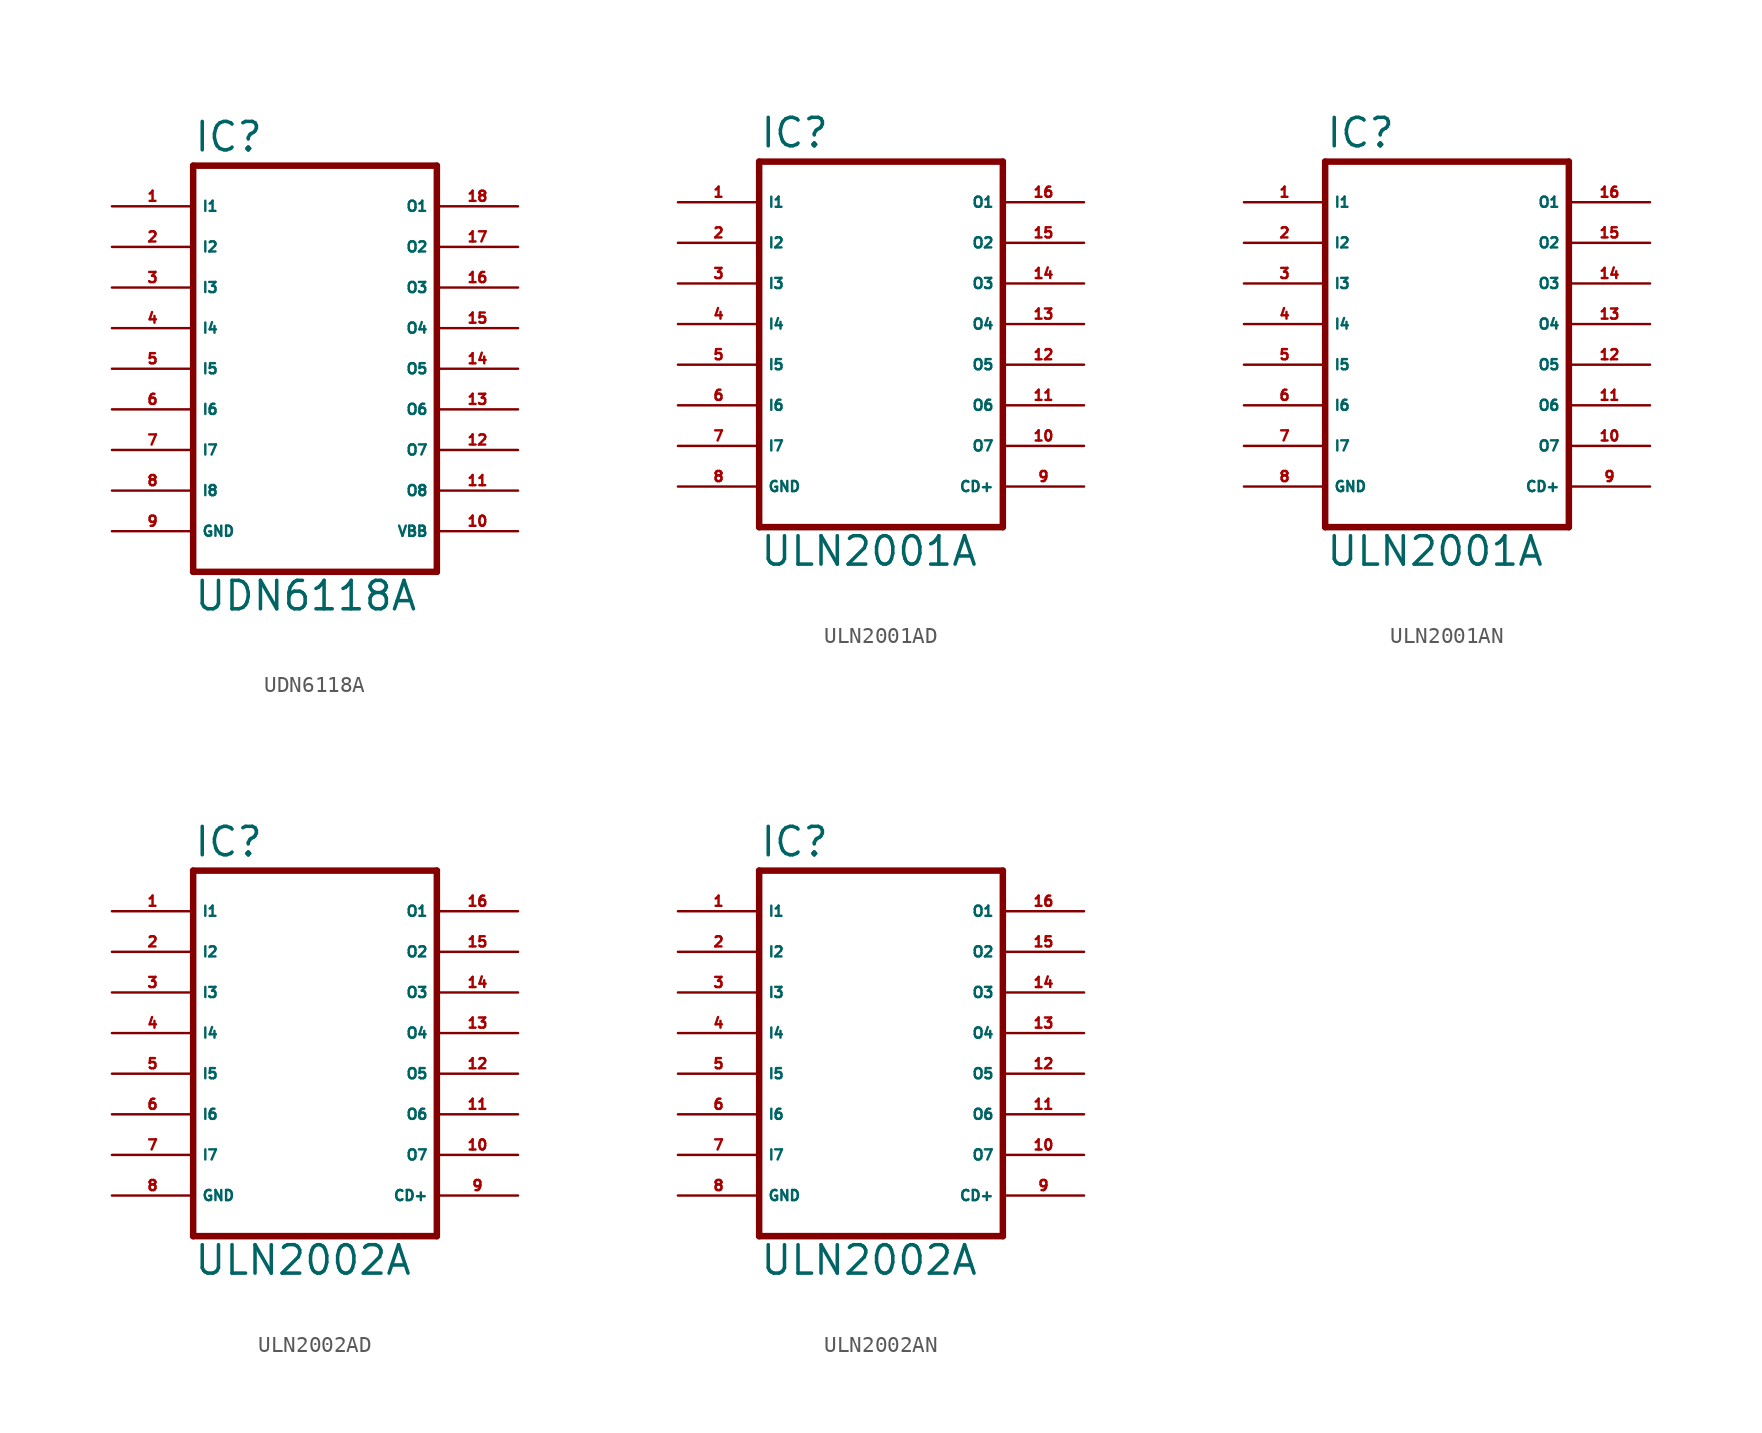
<source format=kicad_sym>
(kicad_symbol_lib
  (version 20220914)
  (generator Eagle2Kicad)
  (symbol "UDN6118A"
    (property "Reference" "IC"
      (at -7.62 13.462 0)
      (effects (font (size 1.778 1.778) (thickness 0.22)) (justify left bottom)))
    (property "Value" "UDN6118A"
      (at -7.62 -15.24 0)
      (effects (font (size 1.778 1.778) (thickness 0.22)) (justify left bottom)))
    (polyline
      (pts (xy -7.62 12.7) (xy 7.62 12.7))
      (stroke (width 0.406) (type default))
      (fill (type none)))
    (polyline
      (pts (xy 7.62 -12.7) (xy 7.62 12.7))
      (stroke (width 0.406) (type default))
      (fill (type none)))
    (polyline
      (pts (xy 7.62 -12.7) (xy -7.62 -12.7))
      (stroke (width 0.406) (type default))
      (fill (type none)))
    (polyline
      (pts (xy -7.62 12.7) (xy -7.62 -12.7))
      (stroke (width 0.406) (type default))
      (fill (type none)))
    (pin input line
      (at -12.7 10.16 0)
      (length 5.08)
      (name "I1" (effects (font (size 0.635 0.635) (thickness 0.08)) (justify left bottom)))
      (number "1" (effects (font (size 0.635 0.635) (thickness 0.08)) (justify left bottom))))
    (pin input line
      (at -12.7 7.62 0)
      (length 5.08)
      (name "I2" (effects (font (size 0.635 0.635) (thickness 0.08)) (justify left bottom)))
      (number "2" (effects (font (size 0.635 0.635) (thickness 0.08)) (justify left bottom))))
    (pin input line
      (at -12.7 5.08 0)
      (length 5.08)
      (name "I3" (effects (font (size 0.635 0.635) (thickness 0.08)) (justify left bottom)))
      (number "3" (effects (font (size 0.635 0.635) (thickness 0.08)) (justify left bottom))))
    (pin input line
      (at -12.7 2.54 0)
      (length 5.08)
      (name "I4" (effects (font (size 0.635 0.635) (thickness 0.08)) (justify left bottom)))
      (number "4" (effects (font (size 0.635 0.635) (thickness 0.08)) (justify left bottom))))
    (pin input line
      (at -12.7 0 0)
      (length 5.08)
      (name "I5" (effects (font (size 0.635 0.635) (thickness 0.08)) (justify left bottom)))
      (number "5" (effects (font (size 0.635 0.635) (thickness 0.08)) (justify left bottom))))
    (pin input line
      (at -12.7 -2.54 0)
      (length 5.08)
      (name "I6" (effects (font (size 0.635 0.635) (thickness 0.08)) (justify left bottom)))
      (number "6" (effects (font (size 0.635 0.635) (thickness 0.08)) (justify left bottom))))
    (pin input line
      (at -12.7 -5.08 0)
      (length 5.08)
      (name "I7" (effects (font (size 0.635 0.635) (thickness 0.08)) (justify left bottom)))
      (number "7" (effects (font (size 0.635 0.635) (thickness 0.08)) (justify left bottom))))
    (pin input line
      (at -12.7 -7.62 0)
      (length 5.08)
      (name "I8" (effects (font (size 0.635 0.635) (thickness 0.08)) (justify left bottom)))
      (number "8" (effects (font (size 0.635 0.635) (thickness 0.08)) (justify left bottom))))
    (pin open_collector line
      (at 12.7 -7.62 180)
      (length 5.08)
      (name "O8" (effects (font (size 0.635 0.635) (thickness 0.08)) (justify left bottom)))
      (number "11" (effects (font (size 0.635 0.635) (thickness 0.08)) (justify left bottom))))
    (pin open_collector line
      (at 12.7 10.16 180)
      (length 5.08)
      (name "O1" (effects (font (size 0.635 0.635) (thickness 0.08)) (justify left bottom)))
      (number "18" (effects (font (size 0.635 0.635) (thickness 0.08)) (justify left bottom))))
    (pin open_collector line
      (at 12.7 7.62 180)
      (length 5.08)
      (name "O2" (effects (font (size 0.635 0.635) (thickness 0.08)) (justify left bottom)))
      (number "17" (effects (font (size 0.635 0.635) (thickness 0.08)) (justify left bottom))))
    (pin open_collector line
      (at 12.7 5.08 180)
      (length 5.08)
      (name "O3" (effects (font (size 0.635 0.635) (thickness 0.08)) (justify left bottom)))
      (number "16" (effects (font (size 0.635 0.635) (thickness 0.08)) (justify left bottom))))
    (pin open_collector line
      (at 12.7 2.54 180)
      (length 5.08)
      (name "O4" (effects (font (size 0.635 0.635) (thickness 0.08)) (justify left bottom)))
      (number "15" (effects (font (size 0.635 0.635) (thickness 0.08)) (justify left bottom))))
    (pin open_collector line
      (at 12.7 0 180)
      (length 5.08)
      (name "O5" (effects (font (size 0.635 0.635) (thickness 0.08)) (justify left bottom)))
      (number "14" (effects (font (size 0.635 0.635) (thickness 0.08)) (justify left bottom))))
    (pin open_collector line
      (at 12.7 -2.54 180)
      (length 5.08)
      (name "O6" (effects (font (size 0.635 0.635) (thickness 0.08)) (justify left bottom)))
      (number "13" (effects (font (size 0.635 0.635) (thickness 0.08)) (justify left bottom))))
    (pin open_collector line
      (at 12.7 -5.08 180)
      (length 5.08)
      (name "O7" (effects (font (size 0.635 0.635) (thickness 0.08)) (justify left bottom)))
      (number "12" (effects (font (size 0.635 0.635) (thickness 0.08)) (justify left bottom))))
    (pin passive line
      (at 12.7 -10.16 180)
      (length 5.08)
      (name "VBB" (effects (font (size 0.635 0.635) (thickness 0.08)) (justify left bottom)))
      (number "10" (effects (font (size 0.635 0.635) (thickness 0.08)) (justify left bottom))))
    (pin unspecified line
      (at -12.7 -10.16 0)
      (length 5.08)
      (name "GND" (effects (font (size 0.635 0.635) (thickness 0.08)) (justify left bottom)))
      (number "9" (effects (font (size 0.635 0.635) (thickness 0.08)) (justify left bottom)))))
  (symbol "ULN2001AD"
    (property "Reference" "IC"
      (at -7.62 10.922 0)
      (effects (font (size 1.778 1.778) (thickness 0.22)) (justify left bottom)))
    (property "Value" "ULN2001A"
      (at -7.62 -15.24 0)
      (effects (font (size 1.778 1.778) (thickness 0.22)) (justify left bottom)))
    (polyline
      (pts (xy -7.62 10.16) (xy 7.62 10.16))
      (stroke (width 0.406) (type default))
      (fill (type none)))
    (polyline
      (pts (xy 7.62 -12.7) (xy 7.62 10.16))
      (stroke (width 0.406) (type default))
      (fill (type none)))
    (polyline
      (pts (xy 7.62 -12.7) (xy -7.62 -12.7))
      (stroke (width 0.406) (type default))
      (fill (type none)))
    (polyline
      (pts (xy -7.62 10.16) (xy -7.62 -12.7))
      (stroke (width 0.406) (type default))
      (fill (type none)))
    (pin input line
      (at -12.7 7.62 0)
      (length 5.08)
      (name "I1" (effects (font (size 0.635 0.635) (thickness 0.08)) (justify left bottom)))
      (number "1" (effects (font (size 0.635 0.635) (thickness 0.08)) (justify left bottom))))
    (pin input line
      (at -12.7 5.08 0)
      (length 5.08)
      (name "I2" (effects (font (size 0.635 0.635) (thickness 0.08)) (justify left bottom)))
      (number "2" (effects (font (size 0.635 0.635) (thickness 0.08)) (justify left bottom))))
    (pin input line
      (at -12.7 2.54 0)
      (length 5.08)
      (name "I3" (effects (font (size 0.635 0.635) (thickness 0.08)) (justify left bottom)))
      (number "3" (effects (font (size 0.635 0.635) (thickness 0.08)) (justify left bottom))))
    (pin input line
      (at -12.7 0 0)
      (length 5.08)
      (name "I4" (effects (font (size 0.635 0.635) (thickness 0.08)) (justify left bottom)))
      (number "4" (effects (font (size 0.635 0.635) (thickness 0.08)) (justify left bottom))))
    (pin input line
      (at -12.7 -2.54 0)
      (length 5.08)
      (name "I5" (effects (font (size 0.635 0.635) (thickness 0.08)) (justify left bottom)))
      (number "5" (effects (font (size 0.635 0.635) (thickness 0.08)) (justify left bottom))))
    (pin input line
      (at -12.7 -5.08 0)
      (length 5.08)
      (name "I6" (effects (font (size 0.635 0.635) (thickness 0.08)) (justify left bottom)))
      (number "6" (effects (font (size 0.635 0.635) (thickness 0.08)) (justify left bottom))))
    (pin input line
      (at -12.7 -7.62 0)
      (length 5.08)
      (name "I7" (effects (font (size 0.635 0.635) (thickness 0.08)) (justify left bottom)))
      (number "7" (effects (font (size 0.635 0.635) (thickness 0.08)) (justify left bottom))))
    (pin open_collector line
      (at 12.7 7.62 180)
      (length 5.08)
      (name "O1" (effects (font (size 0.635 0.635) (thickness 0.08)) (justify left bottom)))
      (number "16" (effects (font (size 0.635 0.635) (thickness 0.08)) (justify left bottom))))
    (pin open_collector line
      (at 12.7 5.08 180)
      (length 5.08)
      (name "O2" (effects (font (size 0.635 0.635) (thickness 0.08)) (justify left bottom)))
      (number "15" (effects (font (size 0.635 0.635) (thickness 0.08)) (justify left bottom))))
    (pin open_collector line
      (at 12.7 2.54 180)
      (length 5.08)
      (name "O3" (effects (font (size 0.635 0.635) (thickness 0.08)) (justify left bottom)))
      (number "14" (effects (font (size 0.635 0.635) (thickness 0.08)) (justify left bottom))))
    (pin open_collector line
      (at 12.7 0 180)
      (length 5.08)
      (name "O4" (effects (font (size 0.635 0.635) (thickness 0.08)) (justify left bottom)))
      (number "13" (effects (font (size 0.635 0.635) (thickness 0.08)) (justify left bottom))))
    (pin open_collector line
      (at 12.7 -2.54 180)
      (length 5.08)
      (name "O5" (effects (font (size 0.635 0.635) (thickness 0.08)) (justify left bottom)))
      (number "12" (effects (font (size 0.635 0.635) (thickness 0.08)) (justify left bottom))))
    (pin open_collector line
      (at 12.7 -5.08 180)
      (length 5.08)
      (name "O6" (effects (font (size 0.635 0.635) (thickness 0.08)) (justify left bottom)))
      (number "11" (effects (font (size 0.635 0.635) (thickness 0.08)) (justify left bottom))))
    (pin open_collector line
      (at 12.7 -7.62 180)
      (length 5.08)
      (name "O7" (effects (font (size 0.635 0.635) (thickness 0.08)) (justify left bottom)))
      (number "10" (effects (font (size 0.635 0.635) (thickness 0.08)) (justify left bottom))))
    (pin passive line
      (at 12.7 -10.16 180)
      (length 5.08)
      (name "CD+" (effects (font (size 0.635 0.635) (thickness 0.08)) (justify left bottom)))
      (number "9" (effects (font (size 0.635 0.635) (thickness 0.08)) (justify left bottom))))
    (pin unspecified line
      (at -12.7 -10.16 0)
      (length 5.08)
      (name "GND" (effects (font (size 0.635 0.635) (thickness 0.08)) (justify left bottom)))
      (number "8" (effects (font (size 0.635 0.635) (thickness 0.08)) (justify left bottom)))))
  (symbol "ULN2001AN"
    (property "Reference" "IC"
      (at -7.62 10.922 0)
      (effects (font (size 1.778 1.778) (thickness 0.22)) (justify left bottom)))
    (property "Value" "ULN2001A"
      (at -7.62 -15.24 0)
      (effects (font (size 1.778 1.778) (thickness 0.22)) (justify left bottom)))
    (polyline
      (pts (xy -7.62 10.16) (xy 7.62 10.16))
      (stroke (width 0.406) (type default))
      (fill (type none)))
    (polyline
      (pts (xy 7.62 -12.7) (xy 7.62 10.16))
      (stroke (width 0.406) (type default))
      (fill (type none)))
    (polyline
      (pts (xy 7.62 -12.7) (xy -7.62 -12.7))
      (stroke (width 0.406) (type default))
      (fill (type none)))
    (polyline
      (pts (xy -7.62 10.16) (xy -7.62 -12.7))
      (stroke (width 0.406) (type default))
      (fill (type none)))
    (pin input line
      (at -12.7 7.62 0)
      (length 5.08)
      (name "I1" (effects (font (size 0.635 0.635) (thickness 0.08)) (justify left bottom)))
      (number "1" (effects (font (size 0.635 0.635) (thickness 0.08)) (justify left bottom))))
    (pin input line
      (at -12.7 5.08 0)
      (length 5.08)
      (name "I2" (effects (font (size 0.635 0.635) (thickness 0.08)) (justify left bottom)))
      (number "2" (effects (font (size 0.635 0.635) (thickness 0.08)) (justify left bottom))))
    (pin input line
      (at -12.7 2.54 0)
      (length 5.08)
      (name "I3" (effects (font (size 0.635 0.635) (thickness 0.08)) (justify left bottom)))
      (number "3" (effects (font (size 0.635 0.635) (thickness 0.08)) (justify left bottom))))
    (pin input line
      (at -12.7 0 0)
      (length 5.08)
      (name "I4" (effects (font (size 0.635 0.635) (thickness 0.08)) (justify left bottom)))
      (number "4" (effects (font (size 0.635 0.635) (thickness 0.08)) (justify left bottom))))
    (pin input line
      (at -12.7 -2.54 0)
      (length 5.08)
      (name "I5" (effects (font (size 0.635 0.635) (thickness 0.08)) (justify left bottom)))
      (number "5" (effects (font (size 0.635 0.635) (thickness 0.08)) (justify left bottom))))
    (pin input line
      (at -12.7 -5.08 0)
      (length 5.08)
      (name "I6" (effects (font (size 0.635 0.635) (thickness 0.08)) (justify left bottom)))
      (number "6" (effects (font (size 0.635 0.635) (thickness 0.08)) (justify left bottom))))
    (pin input line
      (at -12.7 -7.62 0)
      (length 5.08)
      (name "I7" (effects (font (size 0.635 0.635) (thickness 0.08)) (justify left bottom)))
      (number "7" (effects (font (size 0.635 0.635) (thickness 0.08)) (justify left bottom))))
    (pin open_collector line
      (at 12.7 7.62 180)
      (length 5.08)
      (name "O1" (effects (font (size 0.635 0.635) (thickness 0.08)) (justify left bottom)))
      (number "16" (effects (font (size 0.635 0.635) (thickness 0.08)) (justify left bottom))))
    (pin open_collector line
      (at 12.7 5.08 180)
      (length 5.08)
      (name "O2" (effects (font (size 0.635 0.635) (thickness 0.08)) (justify left bottom)))
      (number "15" (effects (font (size 0.635 0.635) (thickness 0.08)) (justify left bottom))))
    (pin open_collector line
      (at 12.7 2.54 180)
      (length 5.08)
      (name "O3" (effects (font (size 0.635 0.635) (thickness 0.08)) (justify left bottom)))
      (number "14" (effects (font (size 0.635 0.635) (thickness 0.08)) (justify left bottom))))
    (pin open_collector line
      (at 12.7 0 180)
      (length 5.08)
      (name "O4" (effects (font (size 0.635 0.635) (thickness 0.08)) (justify left bottom)))
      (number "13" (effects (font (size 0.635 0.635) (thickness 0.08)) (justify left bottom))))
    (pin open_collector line
      (at 12.7 -2.54 180)
      (length 5.08)
      (name "O5" (effects (font (size 0.635 0.635) (thickness 0.08)) (justify left bottom)))
      (number "12" (effects (font (size 0.635 0.635) (thickness 0.08)) (justify left bottom))))
    (pin open_collector line
      (at 12.7 -5.08 180)
      (length 5.08)
      (name "O6" (effects (font (size 0.635 0.635) (thickness 0.08)) (justify left bottom)))
      (number "11" (effects (font (size 0.635 0.635) (thickness 0.08)) (justify left bottom))))
    (pin open_collector line
      (at 12.7 -7.62 180)
      (length 5.08)
      (name "O7" (effects (font (size 0.635 0.635) (thickness 0.08)) (justify left bottom)))
      (number "10" (effects (font (size 0.635 0.635) (thickness 0.08)) (justify left bottom))))
    (pin passive line
      (at 12.7 -10.16 180)
      (length 5.08)
      (name "CD+" (effects (font (size 0.635 0.635) (thickness 0.08)) (justify left bottom)))
      (number "9" (effects (font (size 0.635 0.635) (thickness 0.08)) (justify left bottom))))
    (pin unspecified line
      (at -12.7 -10.16 0)
      (length 5.08)
      (name "GND" (effects (font (size 0.635 0.635) (thickness 0.08)) (justify left bottom)))
      (number "8" (effects (font (size 0.635 0.635) (thickness 0.08)) (justify left bottom)))))
  (symbol "ULN2002AD"
    (property "Reference" "IC"
      (at -7.62 10.922 0)
      (effects (font (size 1.778 1.778) (thickness 0.22)) (justify left bottom)))
    (property "Value" "ULN2002A"
      (at -7.62 -15.24 0)
      (effects (font (size 1.778 1.778) (thickness 0.22)) (justify left bottom)))
    (polyline
      (pts (xy -7.62 10.16) (xy 7.62 10.16))
      (stroke (width 0.406) (type default))
      (fill (type none)))
    (polyline
      (pts (xy 7.62 -12.7) (xy 7.62 10.16))
      (stroke (width 0.406) (type default))
      (fill (type none)))
    (polyline
      (pts (xy 7.62 -12.7) (xy -7.62 -12.7))
      (stroke (width 0.406) (type default))
      (fill (type none)))
    (polyline
      (pts (xy -7.62 10.16) (xy -7.62 -12.7))
      (stroke (width 0.406) (type default))
      (fill (type none)))
    (pin input line
      (at -12.7 7.62 0)
      (length 5.08)
      (name "I1" (effects (font (size 0.635 0.635) (thickness 0.08)) (justify left bottom)))
      (number "1" (effects (font (size 0.635 0.635) (thickness 0.08)) (justify left bottom))))
    (pin input line
      (at -12.7 5.08 0)
      (length 5.08)
      (name "I2" (effects (font (size 0.635 0.635) (thickness 0.08)) (justify left bottom)))
      (number "2" (effects (font (size 0.635 0.635) (thickness 0.08)) (justify left bottom))))
    (pin input line
      (at -12.7 2.54 0)
      (length 5.08)
      (name "I3" (effects (font (size 0.635 0.635) (thickness 0.08)) (justify left bottom)))
      (number "3" (effects (font (size 0.635 0.635) (thickness 0.08)) (justify left bottom))))
    (pin input line
      (at -12.7 0 0)
      (length 5.08)
      (name "I4" (effects (font (size 0.635 0.635) (thickness 0.08)) (justify left bottom)))
      (number "4" (effects (font (size 0.635 0.635) (thickness 0.08)) (justify left bottom))))
    (pin input line
      (at -12.7 -2.54 0)
      (length 5.08)
      (name "I5" (effects (font (size 0.635 0.635) (thickness 0.08)) (justify left bottom)))
      (number "5" (effects (font (size 0.635 0.635) (thickness 0.08)) (justify left bottom))))
    (pin input line
      (at -12.7 -5.08 0)
      (length 5.08)
      (name "I6" (effects (font (size 0.635 0.635) (thickness 0.08)) (justify left bottom)))
      (number "6" (effects (font (size 0.635 0.635) (thickness 0.08)) (justify left bottom))))
    (pin input line
      (at -12.7 -7.62 0)
      (length 5.08)
      (name "I7" (effects (font (size 0.635 0.635) (thickness 0.08)) (justify left bottom)))
      (number "7" (effects (font (size 0.635 0.635) (thickness 0.08)) (justify left bottom))))
    (pin open_collector line
      (at 12.7 7.62 180)
      (length 5.08)
      (name "O1" (effects (font (size 0.635 0.635) (thickness 0.08)) (justify left bottom)))
      (number "16" (effects (font (size 0.635 0.635) (thickness 0.08)) (justify left bottom))))
    (pin open_collector line
      (at 12.7 5.08 180)
      (length 5.08)
      (name "O2" (effects (font (size 0.635 0.635) (thickness 0.08)) (justify left bottom)))
      (number "15" (effects (font (size 0.635 0.635) (thickness 0.08)) (justify left bottom))))
    (pin open_collector line
      (at 12.7 2.54 180)
      (length 5.08)
      (name "O3" (effects (font (size 0.635 0.635) (thickness 0.08)) (justify left bottom)))
      (number "14" (effects (font (size 0.635 0.635) (thickness 0.08)) (justify left bottom))))
    (pin open_collector line
      (at 12.7 0 180)
      (length 5.08)
      (name "O4" (effects (font (size 0.635 0.635) (thickness 0.08)) (justify left bottom)))
      (number "13" (effects (font (size 0.635 0.635) (thickness 0.08)) (justify left bottom))))
    (pin open_collector line
      (at 12.7 -2.54 180)
      (length 5.08)
      (name "O5" (effects (font (size 0.635 0.635) (thickness 0.08)) (justify left bottom)))
      (number "12" (effects (font (size 0.635 0.635) (thickness 0.08)) (justify left bottom))))
    (pin open_collector line
      (at 12.7 -5.08 180)
      (length 5.08)
      (name "O6" (effects (font (size 0.635 0.635) (thickness 0.08)) (justify left bottom)))
      (number "11" (effects (font (size 0.635 0.635) (thickness 0.08)) (justify left bottom))))
    (pin open_collector line
      (at 12.7 -7.62 180)
      (length 5.08)
      (name "O7" (effects (font (size 0.635 0.635) (thickness 0.08)) (justify left bottom)))
      (number "10" (effects (font (size 0.635 0.635) (thickness 0.08)) (justify left bottom))))
    (pin passive line
      (at 12.7 -10.16 180)
      (length 5.08)
      (name "CD+" (effects (font (size 0.635 0.635) (thickness 0.08)) (justify left bottom)))
      (number "9" (effects (font (size 0.635 0.635) (thickness 0.08)) (justify left bottom))))
    (pin unspecified line
      (at -12.7 -10.16 0)
      (length 5.08)
      (name "GND" (effects (font (size 0.635 0.635) (thickness 0.08)) (justify left bottom)))
      (number "8" (effects (font (size 0.635 0.635) (thickness 0.08)) (justify left bottom)))))
  (symbol "ULN2002AN"
    (property "Reference" "IC"
      (at -7.62 10.922 0)
      (effects (font (size 1.778 1.778) (thickness 0.22)) (justify left bottom)))
    (property "Value" "ULN2002A"
      (at -7.62 -15.24 0)
      (effects (font (size 1.778 1.778) (thickness 0.22)) (justify left bottom)))
    (polyline
      (pts (xy -7.62 10.16) (xy 7.62 10.16))
      (stroke (width 0.406) (type default))
      (fill (type none)))
    (polyline
      (pts (xy 7.62 -12.7) (xy 7.62 10.16))
      (stroke (width 0.406) (type default))
      (fill (type none)))
    (polyline
      (pts (xy 7.62 -12.7) (xy -7.62 -12.7))
      (stroke (width 0.406) (type default))
      (fill (type none)))
    (polyline
      (pts (xy -7.62 10.16) (xy -7.62 -12.7))
      (stroke (width 0.406) (type default))
      (fill (type none)))
    (pin input line
      (at -12.7 7.62 0)
      (length 5.08)
      (name "I1" (effects (font (size 0.635 0.635) (thickness 0.08)) (justify left bottom)))
      (number "1" (effects (font (size 0.635 0.635) (thickness 0.08)) (justify left bottom))))
    (pin input line
      (at -12.7 5.08 0)
      (length 5.08)
      (name "I2" (effects (font (size 0.635 0.635) (thickness 0.08)) (justify left bottom)))
      (number "2" (effects (font (size 0.635 0.635) (thickness 0.08)) (justify left bottom))))
    (pin input line
      (at -12.7 2.54 0)
      (length 5.08)
      (name "I3" (effects (font (size 0.635 0.635) (thickness 0.08)) (justify left bottom)))
      (number "3" (effects (font (size 0.635 0.635) (thickness 0.08)) (justify left bottom))))
    (pin input line
      (at -12.7 0 0)
      (length 5.08)
      (name "I4" (effects (font (size 0.635 0.635) (thickness 0.08)) (justify left bottom)))
      (number "4" (effects (font (size 0.635 0.635) (thickness 0.08)) (justify left bottom))))
    (pin input line
      (at -12.7 -2.54 0)
      (length 5.08)
      (name "I5" (effects (font (size 0.635 0.635) (thickness 0.08)) (justify left bottom)))
      (number "5" (effects (font (size 0.635 0.635) (thickness 0.08)) (justify left bottom))))
    (pin input line
      (at -12.7 -5.08 0)
      (length 5.08)
      (name "I6" (effects (font (size 0.635 0.635) (thickness 0.08)) (justify left bottom)))
      (number "6" (effects (font (size 0.635 0.635) (thickness 0.08)) (justify left bottom))))
    (pin input line
      (at -12.7 -7.62 0)
      (length 5.08)
      (name "I7" (effects (font (size 0.635 0.635) (thickness 0.08)) (justify left bottom)))
      (number "7" (effects (font (size 0.635 0.635) (thickness 0.08)) (justify left bottom))))
    (pin open_collector line
      (at 12.7 7.62 180)
      (length 5.08)
      (name "O1" (effects (font (size 0.635 0.635) (thickness 0.08)) (justify left bottom)))
      (number "16" (effects (font (size 0.635 0.635) (thickness 0.08)) (justify left bottom))))
    (pin open_collector line
      (at 12.7 5.08 180)
      (length 5.08)
      (name "O2" (effects (font (size 0.635 0.635) (thickness 0.08)) (justify left bottom)))
      (number "15" (effects (font (size 0.635 0.635) (thickness 0.08)) (justify left bottom))))
    (pin open_collector line
      (at 12.7 2.54 180)
      (length 5.08)
      (name "O3" (effects (font (size 0.635 0.635) (thickness 0.08)) (justify left bottom)))
      (number "14" (effects (font (size 0.635 0.635) (thickness 0.08)) (justify left bottom))))
    (pin open_collector line
      (at 12.7 0 180)
      (length 5.08)
      (name "O4" (effects (font (size 0.635 0.635) (thickness 0.08)) (justify left bottom)))
      (number "13" (effects (font (size 0.635 0.635) (thickness 0.08)) (justify left bottom))))
    (pin open_collector line
      (at 12.7 -2.54 180)
      (length 5.08)
      (name "O5" (effects (font (size 0.635 0.635) (thickness 0.08)) (justify left bottom)))
      (number "12" (effects (font (size 0.635 0.635) (thickness 0.08)) (justify left bottom))))
    (pin open_collector line
      (at 12.7 -5.08 180)
      (length 5.08)
      (name "O6" (effects (font (size 0.635 0.635) (thickness 0.08)) (justify left bottom)))
      (number "11" (effects (font (size 0.635 0.635) (thickness 0.08)) (justify left bottom))))
    (pin open_collector line
      (at 12.7 -7.62 180)
      (length 5.08)
      (name "O7" (effects (font (size 0.635 0.635) (thickness 0.08)) (justify left bottom)))
      (number "10" (effects (font (size 0.635 0.635) (thickness 0.08)) (justify left bottom))))
    (pin passive line
      (at 12.7 -10.16 180)
      (length 5.08)
      (name "CD+" (effects (font (size 0.635 0.635) (thickness 0.08)) (justify left bottom)))
      (number "9" (effects (font (size 0.635 0.635) (thickness 0.08)) (justify left bottom))))
    (pin unspecified line
      (at -12.7 -10.16 0)
      (length 5.08)
      (name "GND" (effects (font (size 0.635 0.635) (thickness 0.08)) (justify left bottom)))
      (number "8" (effects (font (size 0.635 0.635) (thickness 0.08)) (justify left bottom))))))
</source>
